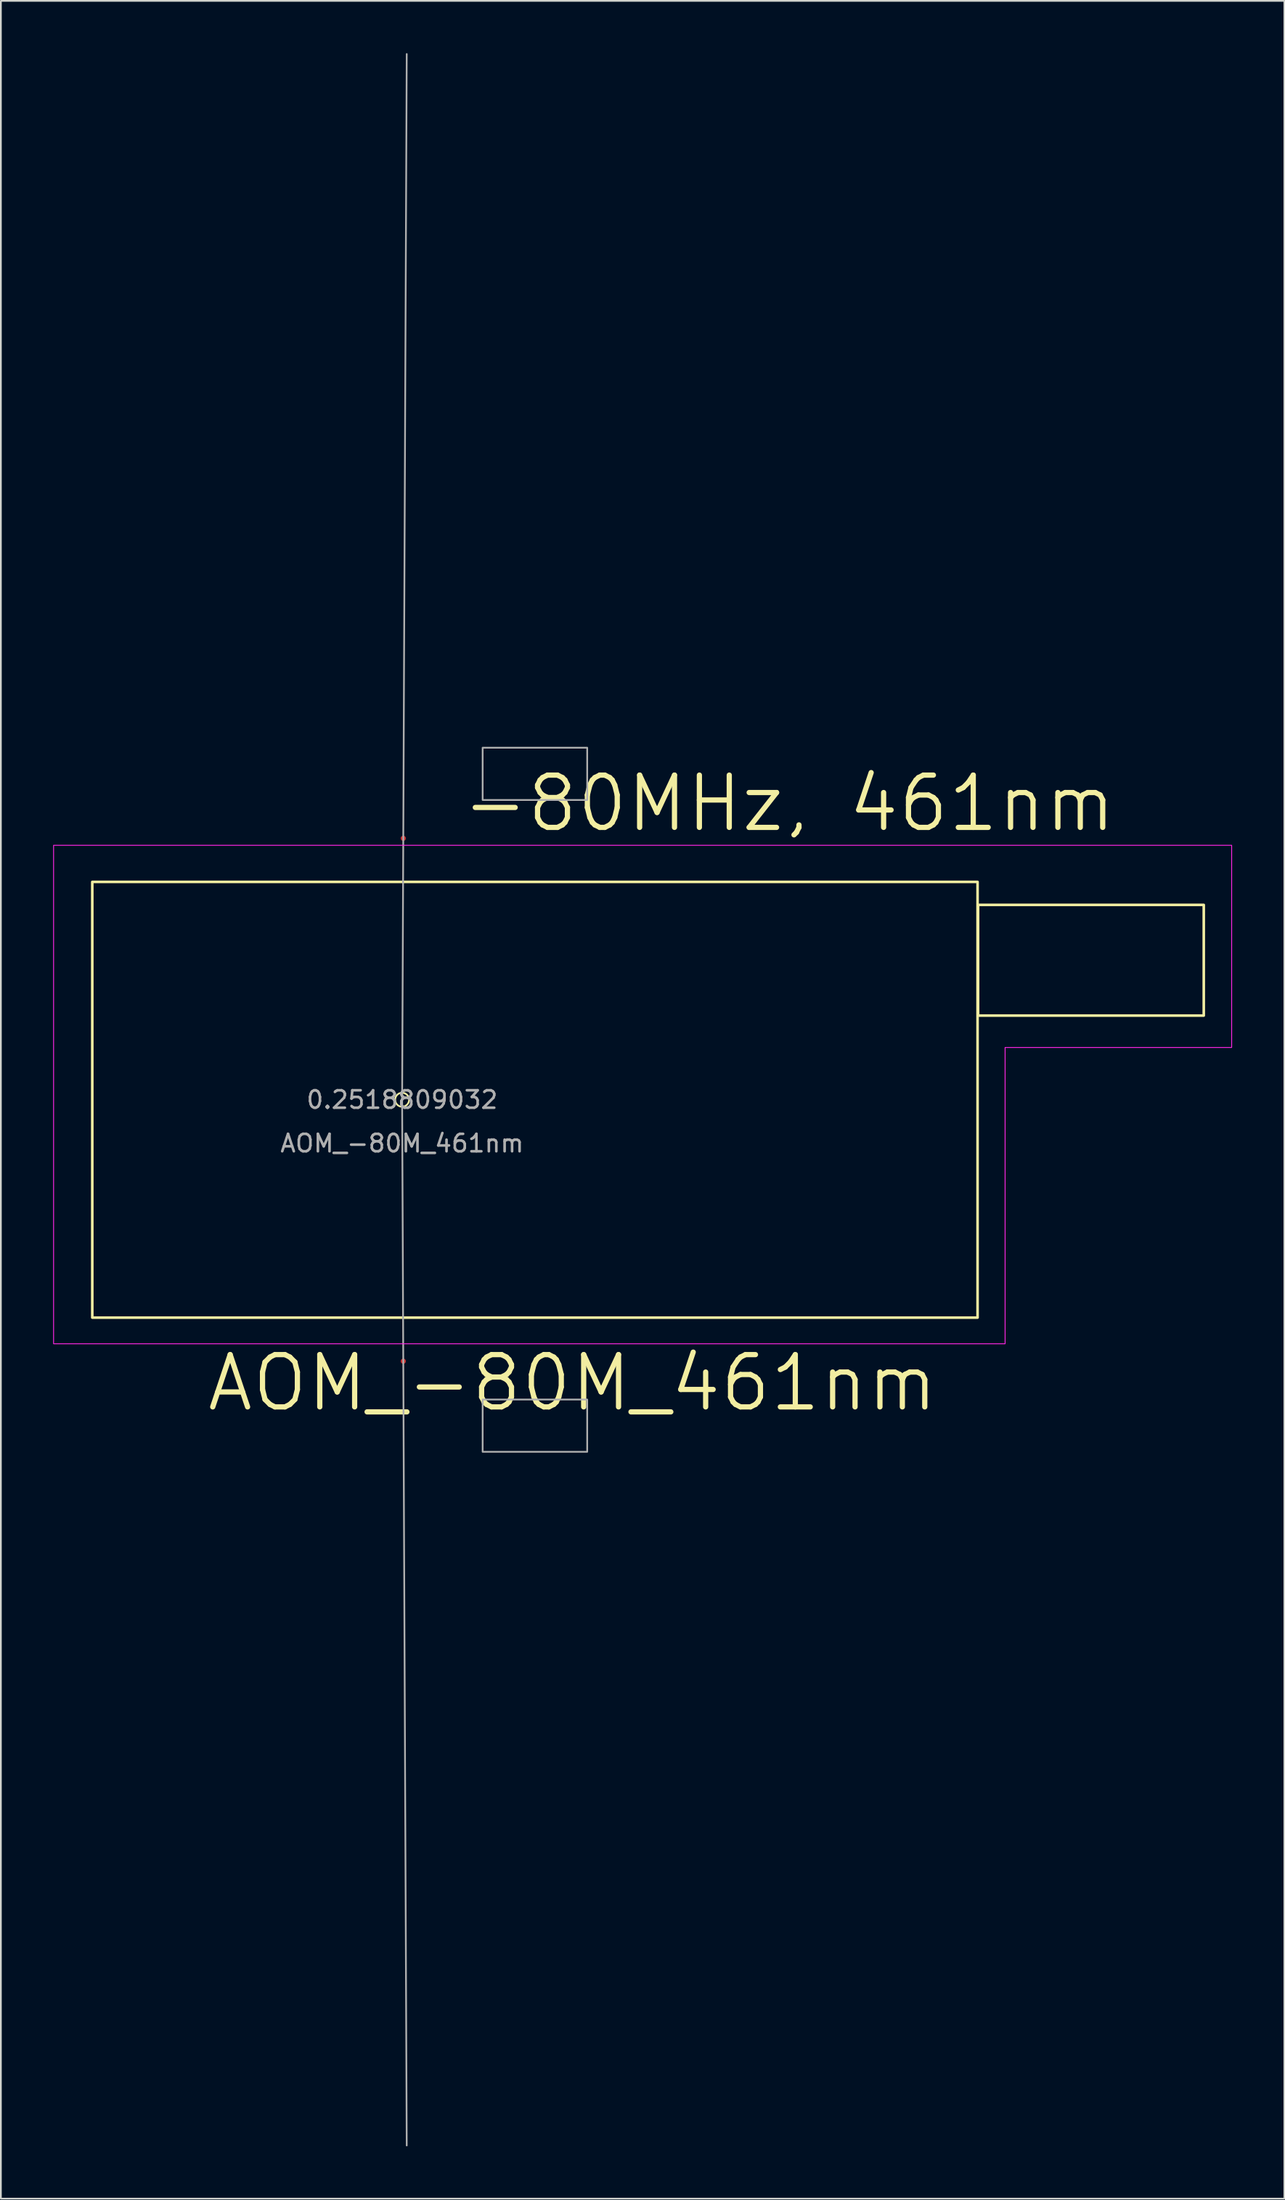
<source format=kicad_pcb>
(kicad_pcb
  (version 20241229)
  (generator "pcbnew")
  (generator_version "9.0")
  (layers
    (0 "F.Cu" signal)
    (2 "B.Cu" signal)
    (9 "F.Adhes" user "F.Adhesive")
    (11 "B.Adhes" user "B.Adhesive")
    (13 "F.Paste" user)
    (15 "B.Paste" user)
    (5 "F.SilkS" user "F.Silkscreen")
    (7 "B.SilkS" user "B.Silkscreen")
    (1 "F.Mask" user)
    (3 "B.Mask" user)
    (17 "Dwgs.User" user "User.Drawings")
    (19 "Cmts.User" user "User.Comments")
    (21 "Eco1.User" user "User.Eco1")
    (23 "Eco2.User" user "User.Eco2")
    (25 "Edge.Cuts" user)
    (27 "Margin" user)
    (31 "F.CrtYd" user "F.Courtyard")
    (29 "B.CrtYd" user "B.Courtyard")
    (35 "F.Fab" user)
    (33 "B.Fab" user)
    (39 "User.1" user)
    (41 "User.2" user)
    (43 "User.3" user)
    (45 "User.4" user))
  (footprint "AOM_-80M_461nm"
    (layer "F.Cu")
    (at 20.025 60.049)
    (property "Reference" "AOM_-80M_461nm" (at 9.775 16.25 0) (unlocked yes) (layer "F.SilkS") (effects (font (size 3 3) (thickness 0.3))))
    (property "Frequency" "-80MHz, 461nm" (at 22.2 -17 0) (layer "F.SilkS") (effects (font (size 3 3) (thickness 0.3))))
    (property "Angle" "0.2518809032" (at 0 0 0) (layer "F.Fab") (effects (font (size 1 1) (thickness 0.15))))
    (attr smd)
    (fp_circle (center 0 0) (end 0.4 0) (stroke (width 0.1) (type default)) (fill no) (layer "F.SilkS"))
    (fp_poly (pts (xy -17.78 -12.5) (xy 33.02 -12.5) (xy 33.02 12.5) (xy -17.78 12.5)) (stroke (width 0.15) (type default)) (fill no) (layer "F.SilkS"))
    (fp_poly (pts (xy 33.05 -11.18) (xy 46 -11.18) (xy 46 -4.83) (xy 33.05 -4.83)) (stroke (width 0.15) (type default)) (fill no) (layer "F.SilkS"))
    (fp_poly (pts (xy -20 -14.6) (xy -20 14) (xy 34.6 14) (xy 34.6 -3) (xy 47.6 -3) (xy 47.6 -14.6)) (stroke (width 0.05) (type solid)) (fill no) (layer "F.CrtYd"))
    (fp_line (start 0 0) (end 0.264 -59.999) (stroke (width 0.1) (type default)) (layer "F.Fab"))
    (fp_line (start 0 0) (end 0.264 59.999) (stroke (width 0.1) (type default)) (layer "F.Fab"))
    (fp_poly (pts (xy 4.62 -20.2) (xy 10.62 -20.2) (xy 10.62 -17.2) (xy 4.62 -17.2)) (stroke (width 0.1) (type solid)) (fill no) (layer "F.Fab"))
    (fp_poly (pts (xy 4.62 17.2) (xy 10.62 17.2) (xy 10.62 20.2) (xy 4.62 20.2)) (stroke (width 0.1) (type solid)) (fill no) (layer "F.Fab"))
    (fp_text user "${REFERENCE}" (at 0 2.5 0) (unlocked yes) (layer "F.Fab") (effects (font (size 1 1) (thickness 0.15))))
    (pad "1" smd circle (at 0.066 -15 3.200000265e-09) (size 0.3 0.3) (layers "F.Cu" "F.Mask" "F.Paste"))
    (pad "2" smd circle (at 0.066 15 3.200000265e-09) (size 0.3 0.3) (layers "F.Cu" "F.Mask" "F.Paste")))
  (gr_rect
    (start -3 -3)
    (end 70.65 123.099)
    (stroke (width 0.1) (type default))
    (fill no)
    (layer "Edge.Cuts")))
</source>
